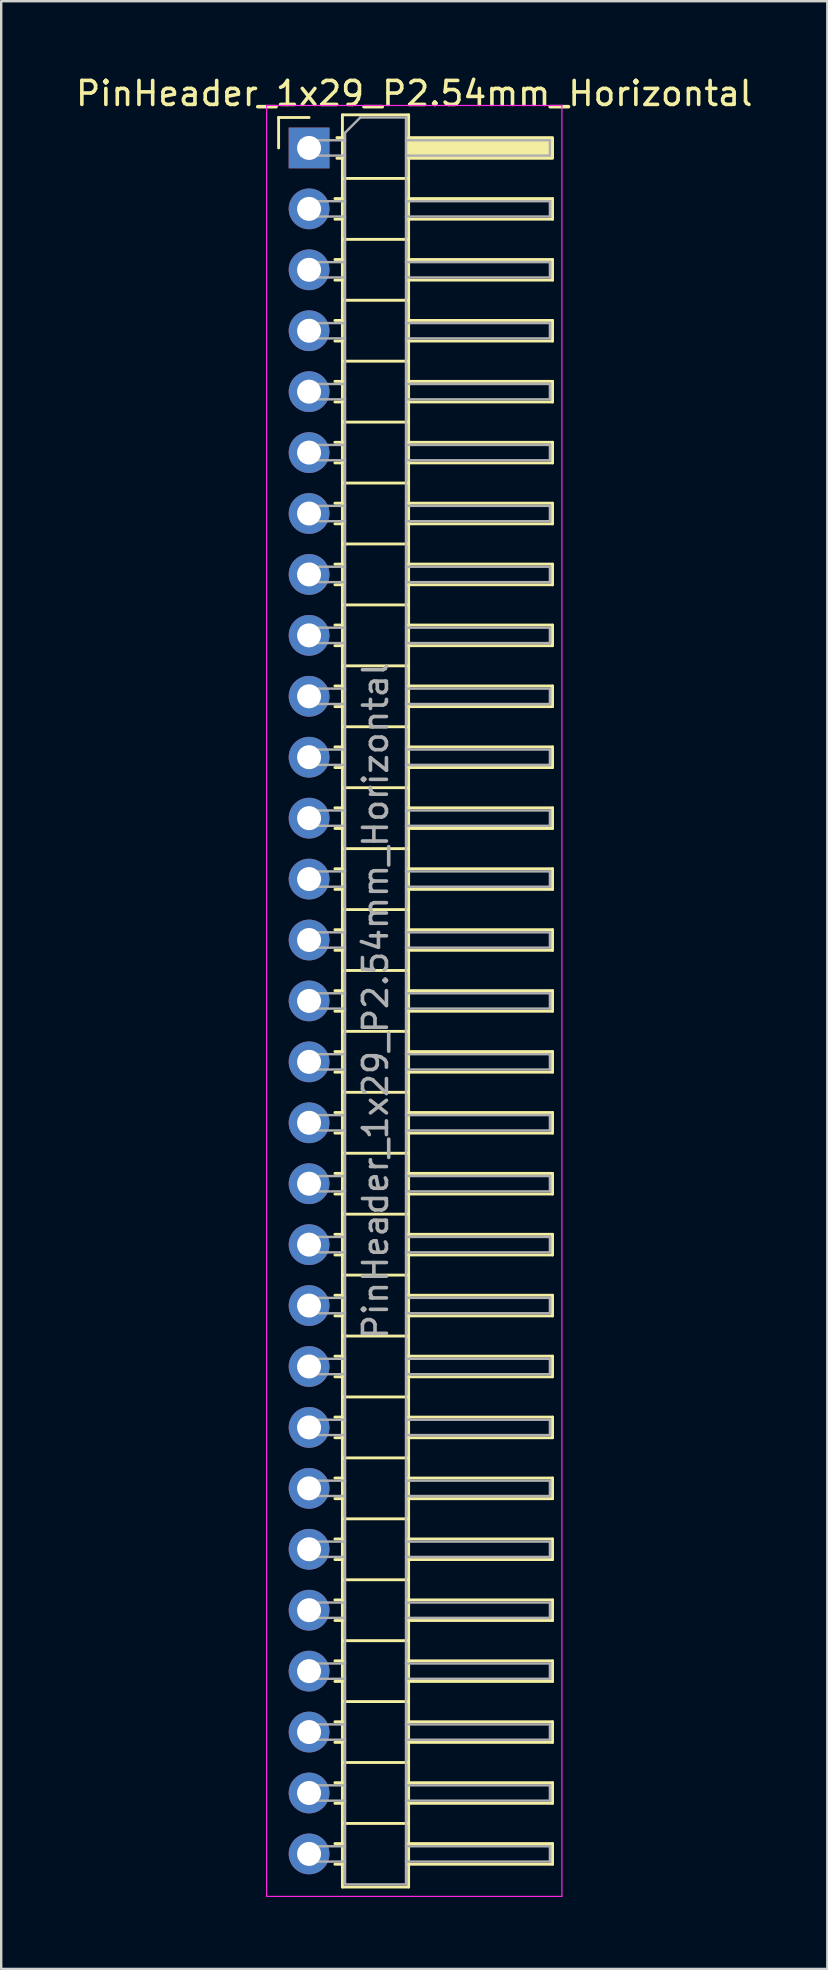
<source format=kicad_pcb>
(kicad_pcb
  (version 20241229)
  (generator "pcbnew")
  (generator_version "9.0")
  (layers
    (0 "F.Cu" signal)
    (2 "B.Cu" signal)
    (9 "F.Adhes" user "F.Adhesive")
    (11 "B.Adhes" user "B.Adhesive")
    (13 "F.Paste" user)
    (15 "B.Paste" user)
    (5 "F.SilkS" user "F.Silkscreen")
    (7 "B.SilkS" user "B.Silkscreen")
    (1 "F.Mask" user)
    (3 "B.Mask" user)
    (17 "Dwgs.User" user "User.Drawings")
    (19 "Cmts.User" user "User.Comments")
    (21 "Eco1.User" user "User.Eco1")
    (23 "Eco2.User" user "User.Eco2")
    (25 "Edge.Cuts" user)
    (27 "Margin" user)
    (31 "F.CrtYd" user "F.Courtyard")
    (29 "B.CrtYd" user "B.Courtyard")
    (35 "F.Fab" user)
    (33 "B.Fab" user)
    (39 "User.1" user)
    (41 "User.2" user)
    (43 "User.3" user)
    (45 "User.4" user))
  (footprint "PinHeader_1x29_P2.54mm_Horizontal"
    (layer "F.Cu")
    (at 9.835 3.118)
    (property "Reference" "PinHeader_1x29_P2.54mm_Horizontal" (at 4.385 -2.27 0) (layer "F.SilkS") (effects (font (size 1 1) (thickness 0.15))))
    (attr through_hole)
    (fp_line (start -1.27 -1.27) (end 0 -1.27) (stroke (width 0.12) (type solid)) (layer "F.SilkS"))
    (fp_line (start -1.27 0) (end -1.27 -1.27) (stroke (width 0.12) (type solid)) (layer "F.SilkS"))
    (fp_line (start 1.077 2.11) (end 1.39 2.11) (stroke (width 0.12) (type solid)) (layer "F.SilkS"))
    (fp_line (start 1.077 2.97) (end 1.39 2.97) (stroke (width 0.12) (type solid)) (layer "F.SilkS"))
    (fp_line (start 1.077 4.65) (end 1.39 4.65) (stroke (width 0.12) (type solid)) (layer "F.SilkS"))
    (fp_line (start 1.077 5.51) (end 1.39 5.51) (stroke (width 0.12) (type solid)) (layer "F.SilkS"))
    (fp_line (start 1.077 7.19) (end 1.39 7.19) (stroke (width 0.12) (type solid)) (layer "F.SilkS"))
    (fp_line (start 1.077 8.05) (end 1.39 8.05) (stroke (width 0.12) (type solid)) (layer "F.SilkS"))
    (fp_line (start 1.077 9.73) (end 1.39 9.73) (stroke (width 0.12) (type solid)) (layer "F.SilkS"))
    (fp_line (start 1.077 10.59) (end 1.39 10.59) (stroke (width 0.12) (type solid)) (layer "F.SilkS"))
    (fp_line (start 1.077 12.27) (end 1.39 12.27) (stroke (width 0.12) (type solid)) (layer "F.SilkS"))
    (fp_line (start 1.077 13.13) (end 1.39 13.13) (stroke (width 0.12) (type solid)) (layer "F.SilkS"))
    (fp_line (start 1.077 14.81) (end 1.39 14.81) (stroke (width 0.12) (type solid)) (layer "F.SilkS"))
    (fp_line (start 1.077 15.67) (end 1.39 15.67) (stroke (width 0.12) (type solid)) (layer "F.SilkS"))
    (fp_line (start 1.077 17.35) (end 1.39 17.35) (stroke (width 0.12) (type solid)) (layer "F.SilkS"))
    (fp_line (start 1.077 18.21) (end 1.39 18.21) (stroke (width 0.12) (type solid)) (layer "F.SilkS"))
    (fp_line (start 1.077 19.89) (end 1.39 19.89) (stroke (width 0.12) (type solid)) (layer "F.SilkS"))
    (fp_line (start 1.077 20.75) (end 1.39 20.75) (stroke (width 0.12) (type solid)) (layer "F.SilkS"))
    (fp_line (start 1.077 22.43) (end 1.39 22.43) (stroke (width 0.12) (type solid)) (layer "F.SilkS"))
    (fp_line (start 1.077 23.29) (end 1.39 23.29) (stroke (width 0.12) (type solid)) (layer "F.SilkS"))
    (fp_line (start 1.077 24.97) (end 1.39 24.97) (stroke (width 0.12) (type solid)) (layer "F.SilkS"))
    (fp_line (start 1.077 25.83) (end 1.39 25.83) (stroke (width 0.12) (type solid)) (layer "F.SilkS"))
    (fp_line (start 1.077 27.51) (end 1.39 27.51) (stroke (width 0.12) (type solid)) (layer "F.SilkS"))
    (fp_line (start 1.077 28.37) (end 1.39 28.37) (stroke (width 0.12) (type solid)) (layer "F.SilkS"))
    (fp_line (start 1.077 30.05) (end 1.39 30.05) (stroke (width 0.12) (type solid)) (layer "F.SilkS"))
    (fp_line (start 1.077 30.91) (end 1.39 30.91) (stroke (width 0.12) (type solid)) (layer "F.SilkS"))
    (fp_line (start 1.077 32.59) (end 1.39 32.59) (stroke (width 0.12) (type solid)) (layer "F.SilkS"))
    (fp_line (start 1.077 33.45) (end 1.39 33.45) (stroke (width 0.12) (type solid)) (layer "F.SilkS"))
    (fp_line (start 1.077 35.13) (end 1.39 35.13) (stroke (width 0.12) (type solid)) (layer "F.SilkS"))
    (fp_line (start 1.077 35.99) (end 1.39 35.99) (stroke (width 0.12) (type solid)) (layer "F.SilkS"))
    (fp_line (start 1.077 37.67) (end 1.39 37.67) (stroke (width 0.12) (type solid)) (layer "F.SilkS"))
    (fp_line (start 1.077 38.53) (end 1.39 38.53) (stroke (width 0.12) (type solid)) (layer "F.SilkS"))
    (fp_line (start 1.077 40.21) (end 1.39 40.21) (stroke (width 0.12) (type solid)) (layer "F.SilkS"))
    (fp_line (start 1.077 41.07) (end 1.39 41.07) (stroke (width 0.12) (type solid)) (layer "F.SilkS"))
    (fp_line (start 1.077 42.75) (end 1.39 42.75) (stroke (width 0.12) (type solid)) (layer "F.SilkS"))
    (fp_line (start 1.077 43.61) (end 1.39 43.61) (stroke (width 0.12) (type solid)) (layer "F.SilkS"))
    (fp_line (start 1.077 45.29) (end 1.39 45.29) (stroke (width 0.12) (type solid)) (layer "F.SilkS"))
    (fp_line (start 1.077 46.15) (end 1.39 46.15) (stroke (width 0.12) (type solid)) (layer "F.SilkS"))
    (fp_line (start 1.077 47.83) (end 1.39 47.83) (stroke (width 0.12) (type solid)) (layer "F.SilkS"))
    (fp_line (start 1.077 48.69) (end 1.39 48.69) (stroke (width 0.12) (type solid)) (layer "F.SilkS"))
    (fp_line (start 1.077 50.37) (end 1.39 50.37) (stroke (width 0.12) (type solid)) (layer "F.SilkS"))
    (fp_line (start 1.077 51.23) (end 1.39 51.23) (stroke (width 0.12) (type solid)) (layer "F.SilkS"))
    (fp_line (start 1.077 52.91) (end 1.39 52.91) (stroke (width 0.12) (type solid)) (layer "F.SilkS"))
    (fp_line (start 1.077 53.77) (end 1.39 53.77) (stroke (width 0.12) (type solid)) (layer "F.SilkS"))
    (fp_line (start 1.077 55.45) (end 1.39 55.45) (stroke (width 0.12) (type solid)) (layer "F.SilkS"))
    (fp_line (start 1.077 56.31) (end 1.39 56.31) (stroke (width 0.12) (type solid)) (layer "F.SilkS"))
    (fp_line (start 1.077 57.99) (end 1.39 57.99) (stroke (width 0.12) (type solid)) (layer "F.SilkS"))
    (fp_line (start 1.077 58.85) (end 1.39 58.85) (stroke (width 0.12) (type solid)) (layer "F.SilkS"))
    (fp_line (start 1.077 60.53) (end 1.39 60.53) (stroke (width 0.12) (type solid)) (layer "F.SilkS"))
    (fp_line (start 1.077 61.39) (end 1.39 61.39) (stroke (width 0.12) (type solid)) (layer "F.SilkS"))
    (fp_line (start 1.077 63.07) (end 1.39 63.07) (stroke (width 0.12) (type solid)) (layer "F.SilkS"))
    (fp_line (start 1.077 63.93) (end 1.39 63.93) (stroke (width 0.12) (type solid)) (layer "F.SilkS"))
    (fp_line (start 1.077 65.61) (end 1.39 65.61) (stroke (width 0.12) (type solid)) (layer "F.SilkS"))
    (fp_line (start 1.077 66.47) (end 1.39 66.47) (stroke (width 0.12) (type solid)) (layer "F.SilkS"))
    (fp_line (start 1.077 68.15) (end 1.39 68.15) (stroke (width 0.12) (type solid)) (layer "F.SilkS"))
    (fp_line (start 1.077 69.01) (end 1.39 69.01) (stroke (width 0.12) (type solid)) (layer "F.SilkS"))
    (fp_line (start 1.077 70.69) (end 1.39 70.69) (stroke (width 0.12) (type solid)) (layer "F.SilkS"))
    (fp_line (start 1.077 71.55) (end 1.39 71.55) (stroke (width 0.12) (type solid)) (layer "F.SilkS"))
    (fp_line (start 1.16 -0.43) (end 1.39 -0.43) (stroke (width 0.12) (type solid)) (layer "F.SilkS"))
    (fp_line (start 1.16 0.43) (end 1.39 0.43) (stroke (width 0.12) (type solid)) (layer "F.SilkS"))
    (fp_line (start 1.39 -1.38) (end 1.39 72.5) (stroke (width 0.12) (type solid)) (layer "F.SilkS"))
    (fp_line (start 1.39 1.27) (end 4.15 1.27) (stroke (width 0.12) (type solid)) (layer "F.SilkS"))
    (fp_line (start 1.39 3.81) (end 4.15 3.81) (stroke (width 0.12) (type solid)) (layer "F.SilkS"))
    (fp_line (start 1.39 6.35) (end 4.15 6.35) (stroke (width 0.12) (type solid)) (layer "F.SilkS"))
    (fp_line (start 1.39 8.89) (end 4.15 8.89) (stroke (width 0.12) (type solid)) (layer "F.SilkS"))
    (fp_line (start 1.39 11.43) (end 4.15 11.43) (stroke (width 0.12) (type solid)) (layer "F.SilkS"))
    (fp_line (start 1.39 13.97) (end 4.15 13.97) (stroke (width 0.12) (type solid)) (layer "F.SilkS"))
    (fp_line (start 1.39 16.51) (end 4.15 16.51) (stroke (width 0.12) (type solid)) (layer "F.SilkS"))
    (fp_line (start 1.39 19.05) (end 4.15 19.05) (stroke (width 0.12) (type solid)) (layer "F.SilkS"))
    (fp_line (start 1.39 21.59) (end 4.15 21.59) (stroke (width 0.12) (type solid)) (layer "F.SilkS"))
    (fp_line (start 1.39 24.13) (end 4.15 24.13) (stroke (width 0.12) (type solid)) (layer "F.SilkS"))
    (fp_line (start 1.39 26.67) (end 4.15 26.67) (stroke (width 0.12) (type solid)) (layer "F.SilkS"))
    (fp_line (start 1.39 29.21) (end 4.15 29.21) (stroke (width 0.12) (type solid)) (layer "F.SilkS"))
    (fp_line (start 1.39 31.75) (end 4.15 31.75) (stroke (width 0.12) (type solid)) (layer "F.SilkS"))
    (fp_line (start 1.39 34.29) (end 4.15 34.29) (stroke (width 0.12) (type solid)) (layer "F.SilkS"))
    (fp_line (start 1.39 36.83) (end 4.15 36.83) (stroke (width 0.12) (type solid)) (layer "F.SilkS"))
    (fp_line (start 1.39 39.37) (end 4.15 39.37) (stroke (width 0.12) (type solid)) (layer "F.SilkS"))
    (fp_line (start 1.39 41.91) (end 4.15 41.91) (stroke (width 0.12) (type solid)) (layer "F.SilkS"))
    (fp_line (start 1.39 44.45) (end 4.15 44.45) (stroke (width 0.12) (type solid)) (layer "F.SilkS"))
    (fp_line (start 1.39 46.99) (end 4.15 46.99) (stroke (width 0.12) (type solid)) (layer "F.SilkS"))
    (fp_line (start 1.39 49.53) (end 4.15 49.53) (stroke (width 0.12) (type solid)) (layer "F.SilkS"))
    (fp_line (start 1.39 52.07) (end 4.15 52.07) (stroke (width 0.12) (type solid)) (layer "F.SilkS"))
    (fp_line (start 1.39 54.61) (end 4.15 54.61) (stroke (width 0.12) (type solid)) (layer "F.SilkS"))
    (fp_line (start 1.39 57.15) (end 4.15 57.15) (stroke (width 0.12) (type solid)) (layer "F.SilkS"))
    (fp_line (start 1.39 59.69) (end 4.15 59.69) (stroke (width 0.12) (type solid)) (layer "F.SilkS"))
    (fp_line (start 1.39 62.23) (end 4.15 62.23) (stroke (width 0.12) (type solid)) (layer "F.SilkS"))
    (fp_line (start 1.39 64.77) (end 4.15 64.77) (stroke (width 0.12) (type solid)) (layer "F.SilkS"))
    (fp_line (start 1.39 67.31) (end 4.15 67.31) (stroke (width 0.12) (type solid)) (layer "F.SilkS"))
    (fp_line (start 1.39 69.85) (end 4.15 69.85) (stroke (width 0.12) (type solid)) (layer "F.SilkS"))
    (fp_line (start 1.39 72.5) (end 4.15 72.5) (stroke (width 0.12) (type solid)) (layer "F.SilkS"))
    (fp_line (start 4.15 -1.38) (end 1.39 -1.38) (stroke (width 0.12) (type solid)) (layer "F.SilkS"))
    (fp_line (start 4.15 2.11) (end 10.15 2.11) (stroke (width 0.12) (type solid)) (layer "F.SilkS"))
    (fp_line (start 4.15 4.65) (end 10.15 4.65) (stroke (width 0.12) (type solid)) (layer "F.SilkS"))
    (fp_line (start 4.15 7.19) (end 10.15 7.19) (stroke (width 0.12) (type solid)) (layer "F.SilkS"))
    (fp_line (start 4.15 9.73) (end 10.15 9.73) (stroke (width 0.12) (type solid)) (layer "F.SilkS"))
    (fp_line (start 4.15 12.27) (end 10.15 12.27) (stroke (width 0.12) (type solid)) (layer "F.SilkS"))
    (fp_line (start 4.15 14.81) (end 10.15 14.81) (stroke (width 0.12) (type solid)) (layer "F.SilkS"))
    (fp_line (start 4.15 17.35) (end 10.15 17.35) (stroke (width 0.12) (type solid)) (layer "F.SilkS"))
    (fp_line (start 4.15 19.89) (end 10.15 19.89) (stroke (width 0.12) (type solid)) (layer "F.SilkS"))
    (fp_line (start 4.15 22.43) (end 10.15 22.43) (stroke (width 0.12) (type solid)) (layer "F.SilkS"))
    (fp_line (start 4.15 24.97) (end 10.15 24.97) (stroke (width 0.12) (type solid)) (layer "F.SilkS"))
    (fp_line (start 4.15 27.51) (end 10.15 27.51) (stroke (width 0.12) (type solid)) (layer "F.SilkS"))
    (fp_line (start 4.15 30.05) (end 10.15 30.05) (stroke (width 0.12) (type solid)) (layer "F.SilkS"))
    (fp_line (start 4.15 32.59) (end 10.15 32.59) (stroke (width 0.12) (type solid)) (layer "F.SilkS"))
    (fp_line (start 4.15 35.13) (end 10.15 35.13) (stroke (width 0.12) (type solid)) (layer "F.SilkS"))
    (fp_line (start 4.15 37.67) (end 10.15 37.67) (stroke (width 0.12) (type solid)) (layer "F.SilkS"))
    (fp_line (start 4.15 40.21) (end 10.15 40.21) (stroke (width 0.12) (type solid)) (layer "F.SilkS"))
    (fp_line (start 4.15 42.75) (end 10.15 42.75) (stroke (width 0.12) (type solid)) (layer "F.SilkS"))
    (fp_line (start 4.15 45.29) (end 10.15 45.29) (stroke (width 0.12) (type solid)) (layer "F.SilkS"))
    (fp_line (start 4.15 47.83) (end 10.15 47.83) (stroke (width 0.12) (type solid)) (layer "F.SilkS"))
    (fp_line (start 4.15 50.37) (end 10.15 50.37) (stroke (width 0.12) (type solid)) (layer "F.SilkS"))
    (fp_line (start 4.15 52.91) (end 10.15 52.91) (stroke (width 0.12) (type solid)) (layer "F.SilkS"))
    (fp_line (start 4.15 55.45) (end 10.15 55.45) (stroke (width 0.12) (type solid)) (layer "F.SilkS"))
    (fp_line (start 4.15 57.99) (end 10.15 57.99) (stroke (width 0.12) (type solid)) (layer "F.SilkS"))
    (fp_line (start 4.15 60.53) (end 10.15 60.53) (stroke (width 0.12) (type solid)) (layer "F.SilkS"))
    (fp_line (start 4.15 63.07) (end 10.15 63.07) (stroke (width 0.12) (type solid)) (layer "F.SilkS"))
    (fp_line (start 4.15 65.61) (end 10.15 65.61) (stroke (width 0.12) (type solid)) (layer "F.SilkS"))
    (fp_line (start 4.15 68.15) (end 10.15 68.15) (stroke (width 0.12) (type solid)) (layer "F.SilkS"))
    (fp_line (start 4.15 70.69) (end 10.15 70.69) (stroke (width 0.12) (type solid)) (layer "F.SilkS"))
    (fp_line (start 4.15 72.5) (end 4.15 -1.38) (stroke (width 0.12) (type solid)) (layer "F.SilkS"))
    (fp_line (start 10.15 2.11) (end 10.15 2.97) (stroke (width 0.12) (type solid)) (layer "F.SilkS"))
    (fp_line (start 10.15 2.97) (end 4.15 2.97) (stroke (width 0.12) (type solid)) (layer "F.SilkS"))
    (fp_line (start 10.15 4.65) (end 10.15 5.51) (stroke (width 0.12) (type solid)) (layer "F.SilkS"))
    (fp_line (start 10.15 5.51) (end 4.15 5.51) (stroke (width 0.12) (type solid)) (layer "F.SilkS"))
    (fp_line (start 10.15 7.19) (end 10.15 8.05) (stroke (width 0.12) (type solid)) (layer "F.SilkS"))
    (fp_line (start 10.15 8.05) (end 4.15 8.05) (stroke (width 0.12) (type solid)) (layer "F.SilkS"))
    (fp_line (start 10.15 9.73) (end 10.15 10.59) (stroke (width 0.12) (type solid)) (layer "F.SilkS"))
    (fp_line (start 10.15 10.59) (end 4.15 10.59) (stroke (width 0.12) (type solid)) (layer "F.SilkS"))
    (fp_line (start 10.15 12.27) (end 10.15 13.13) (stroke (width 0.12) (type solid)) (layer "F.SilkS"))
    (fp_line (start 10.15 13.13) (end 4.15 13.13) (stroke (width 0.12) (type solid)) (layer "F.SilkS"))
    (fp_line (start 10.15 14.81) (end 10.15 15.67) (stroke (width 0.12) (type solid)) (layer "F.SilkS"))
    (fp_line (start 10.15 15.67) (end 4.15 15.67) (stroke (width 0.12) (type solid)) (layer "F.SilkS"))
    (fp_line (start 10.15 17.35) (end 10.15 18.21) (stroke (width 0.12) (type solid)) (layer "F.SilkS"))
    (fp_line (start 10.15 18.21) (end 4.15 18.21) (stroke (width 0.12) (type solid)) (layer "F.SilkS"))
    (fp_line (start 10.15 19.89) (end 10.15 20.75) (stroke (width 0.12) (type solid)) (layer "F.SilkS"))
    (fp_line (start 10.15 20.75) (end 4.15 20.75) (stroke (width 0.12) (type solid)) (layer "F.SilkS"))
    (fp_line (start 10.15 22.43) (end 10.15 23.29) (stroke (width 0.12) (type solid)) (layer "F.SilkS"))
    (fp_line (start 10.15 23.29) (end 4.15 23.29) (stroke (width 0.12) (type solid)) (layer "F.SilkS"))
    (fp_line (start 10.15 24.97) (end 10.15 25.83) (stroke (width 0.12) (type solid)) (layer "F.SilkS"))
    (fp_line (start 10.15 25.83) (end 4.15 25.83) (stroke (width 0.12) (type solid)) (layer "F.SilkS"))
    (fp_line (start 10.15 27.51) (end 10.15 28.37) (stroke (width 0.12) (type solid)) (layer "F.SilkS"))
    (fp_line (start 10.15 28.37) (end 4.15 28.37) (stroke (width 0.12) (type solid)) (layer "F.SilkS"))
    (fp_line (start 10.15 30.05) (end 10.15 30.91) (stroke (width 0.12) (type solid)) (layer "F.SilkS"))
    (fp_line (start 10.15 30.91) (end 4.15 30.91) (stroke (width 0.12) (type solid)) (layer "F.SilkS"))
    (fp_line (start 10.15 32.59) (end 10.15 33.45) (stroke (width 0.12) (type solid)) (layer "F.SilkS"))
    (fp_line (start 10.15 33.45) (end 4.15 33.45) (stroke (width 0.12) (type solid)) (layer "F.SilkS"))
    (fp_line (start 10.15 35.13) (end 10.15 35.99) (stroke (width 0.12) (type solid)) (layer "F.SilkS"))
    (fp_line (start 10.15 35.99) (end 4.15 35.99) (stroke (width 0.12) (type solid)) (layer "F.SilkS"))
    (fp_line (start 10.15 37.67) (end 10.15 38.53) (stroke (width 0.12) (type solid)) (layer "F.SilkS"))
    (fp_line (start 10.15 38.53) (end 4.15 38.53) (stroke (width 0.12) (type solid)) (layer "F.SilkS"))
    (fp_line (start 10.15 40.21) (end 10.15 41.07) (stroke (width 0.12) (type solid)) (layer "F.SilkS"))
    (fp_line (start 10.15 41.07) (end 4.15 41.07) (stroke (width 0.12) (type solid)) (layer "F.SilkS"))
    (fp_line (start 10.15 42.75) (end 10.15 43.61) (stroke (width 0.12) (type solid)) (layer "F.SilkS"))
    (fp_line (start 10.15 43.61) (end 4.15 43.61) (stroke (width 0.12) (type solid)) (layer "F.SilkS"))
    (fp_line (start 10.15 45.29) (end 10.15 46.15) (stroke (width 0.12) (type solid)) (layer "F.SilkS"))
    (fp_line (start 10.15 46.15) (end 4.15 46.15) (stroke (width 0.12) (type solid)) (layer "F.SilkS"))
    (fp_line (start 10.15 47.83) (end 10.15 48.69) (stroke (width 0.12) (type solid)) (layer "F.SilkS"))
    (fp_line (start 10.15 48.69) (end 4.15 48.69) (stroke (width 0.12) (type solid)) (layer "F.SilkS"))
    (fp_line (start 10.15 50.37) (end 10.15 51.23) (stroke (width 0.12) (type solid)) (layer "F.SilkS"))
    (fp_line (start 10.15 51.23) (end 4.15 51.23) (stroke (width 0.12) (type solid)) (layer "F.SilkS"))
    (fp_line (start 10.15 52.91) (end 10.15 53.77) (stroke (width 0.12) (type solid)) (layer "F.SilkS"))
    (fp_line (start 10.15 53.77) (end 4.15 53.77) (stroke (width 0.12) (type solid)) (layer "F.SilkS"))
    (fp_line (start 10.15 55.45) (end 10.15 56.31) (stroke (width 0.12) (type solid)) (layer "F.SilkS"))
    (fp_line (start 10.15 56.31) (end 4.15 56.31) (stroke (width 0.12) (type solid)) (layer "F.SilkS"))
    (fp_line (start 10.15 57.99) (end 10.15 58.85) (stroke (width 0.12) (type solid)) (layer "F.SilkS"))
    (fp_line (start 10.15 58.85) (end 4.15 58.85) (stroke (width 0.12) (type solid)) (layer "F.SilkS"))
    (fp_line (start 10.15 60.53) (end 10.15 61.39) (stroke (width 0.12) (type solid)) (layer "F.SilkS"))
    (fp_line (start 10.15 61.39) (end 4.15 61.39) (stroke (width 0.12) (type solid)) (layer "F.SilkS"))
    (fp_line (start 10.15 63.07) (end 10.15 63.93) (stroke (width 0.12) (type solid)) (layer "F.SilkS"))
    (fp_line (start 10.15 63.93) (end 4.15 63.93) (stroke (width 0.12) (type solid)) (layer "F.SilkS"))
    (fp_line (start 10.15 65.61) (end 10.15 66.47) (stroke (width 0.12) (type solid)) (layer "F.SilkS"))
    (fp_line (start 10.15 66.47) (end 4.15 66.47) (stroke (width 0.12) (type solid)) (layer "F.SilkS"))
    (fp_line (start 10.15 68.15) (end 10.15 69.01) (stroke (width 0.12) (type solid)) (layer "F.SilkS"))
    (fp_line (start 10.15 69.01) (end 4.15 69.01) (stroke (width 0.12) (type solid)) (layer "F.SilkS"))
    (fp_line (start 10.15 70.69) (end 10.15 71.55) (stroke (width 0.12) (type solid)) (layer "F.SilkS"))
    (fp_line (start 10.15 71.55) (end 4.15 71.55) (stroke (width 0.12) (type solid)) (layer "F.SilkS"))
    (fp_rect (start 4.15 -0.43) (end 10.15 0.43) (stroke (width 0.12) (type solid)) (fill yes) (layer "F.SilkS"))
    (fp_line (start -1.77 -1.77) (end -1.77 72.89) (stroke (width 0.05) (type solid)) (layer "F.CrtYd"))
    (fp_line (start -1.77 72.89) (end 10.54 72.89) (stroke (width 0.05) (type solid)) (layer "F.CrtYd"))
    (fp_line (start 10.54 -1.77) (end -1.77 -1.77) (stroke (width 0.05) (type solid)) (layer "F.CrtYd"))
    (fp_line (start 10.54 72.89) (end 10.54 -1.77) (stroke (width 0.05) (type solid)) (layer "F.CrtYd"))
    (fp_line (start -0.32 -0.32) (end -0.32 0.32) (stroke (width 0.1) (type solid)) (layer "F.Fab"))
    (fp_line (start -0.32 -0.32) (end 1.5 -0.32) (stroke (width 0.1) (type solid)) (layer "F.Fab"))
    (fp_line (start -0.32 0.32) (end 1.5 0.32) (stroke (width 0.1) (type solid)) (layer "F.Fab"))
    (fp_line (start -0.32 2.22) (end -0.32 2.86) (stroke (width 0.1) (type solid)) (layer "F.Fab"))
    (fp_line (start -0.32 2.22) (end 1.5 2.22) (stroke (width 0.1) (type solid)) (layer "F.Fab"))
    (fp_line (start -0.32 2.86) (end 1.5 2.86) (stroke (width 0.1) (type solid)) (layer "F.Fab"))
    (fp_line (start -0.32 4.76) (end -0.32 5.4) (stroke (width 0.1) (type solid)) (layer "F.Fab"))
    (fp_line (start -0.32 4.76) (end 1.5 4.76) (stroke (width 0.1) (type solid)) (layer "F.Fab"))
    (fp_line (start -0.32 5.4) (end 1.5 5.4) (stroke (width 0.1) (type solid)) (layer "F.Fab"))
    (fp_line (start -0.32 7.3) (end -0.32 7.94) (stroke (width 0.1) (type solid)) (layer "F.Fab"))
    (fp_line (start -0.32 7.3) (end 1.5 7.3) (stroke (width 0.1) (type solid)) (layer "F.Fab"))
    (fp_line (start -0.32 7.94) (end 1.5 7.94) (stroke (width 0.1) (type solid)) (layer "F.Fab"))
    (fp_line (start -0.32 9.84) (end -0.32 10.48) (stroke (width 0.1) (type solid)) (layer "F.Fab"))
    (fp_line (start -0.32 9.84) (end 1.5 9.84) (stroke (width 0.1) (type solid)) (layer "F.Fab"))
    (fp_line (start -0.32 10.48) (end 1.5 10.48) (stroke (width 0.1) (type solid)) (layer "F.Fab"))
    (fp_line (start -0.32 12.38) (end -0.32 13.02) (stroke (width 0.1) (type solid)) (layer "F.Fab"))
    (fp_line (start -0.32 12.38) (end 1.5 12.38) (stroke (width 0.1) (type solid)) (layer "F.Fab"))
    (fp_line (start -0.32 13.02) (end 1.5 13.02) (stroke (width 0.1) (type solid)) (layer "F.Fab"))
    (fp_line (start -0.32 14.92) (end -0.32 15.56) (stroke (width 0.1) (type solid)) (layer "F.Fab"))
    (fp_line (start -0.32 14.92) (end 1.5 14.92) (stroke (width 0.1) (type solid)) (layer "F.Fab"))
    (fp_line (start -0.32 15.56) (end 1.5 15.56) (stroke (width 0.1) (type solid)) (layer "F.Fab"))
    (fp_line (start -0.32 17.46) (end -0.32 18.1) (stroke (width 0.1) (type solid)) (layer "F.Fab"))
    (fp_line (start -0.32 17.46) (end 1.5 17.46) (stroke (width 0.1) (type solid)) (layer "F.Fab"))
    (fp_line (start -0.32 18.1) (end 1.5 18.1) (stroke (width 0.1) (type solid)) (layer "F.Fab"))
    (fp_line (start -0.32 20) (end -0.32 20.64) (stroke (width 0.1) (type solid)) (layer "F.Fab"))
    (fp_line (start -0.32 20) (end 1.5 20) (stroke (width 0.1) (type solid)) (layer "F.Fab"))
    (fp_line (start -0.32 20.64) (end 1.5 20.64) (stroke (width 0.1) (type solid)) (layer "F.Fab"))
    (fp_line (start -0.32 22.54) (end -0.32 23.18) (stroke (width 0.1) (type solid)) (layer "F.Fab"))
    (fp_line (start -0.32 22.54) (end 1.5 22.54) (stroke (width 0.1) (type solid)) (layer "F.Fab"))
    (fp_line (start -0.32 23.18) (end 1.5 23.18) (stroke (width 0.1) (type solid)) (layer "F.Fab"))
    (fp_line (start -0.32 25.08) (end -0.32 25.72) (stroke (width 0.1) (type solid)) (layer "F.Fab"))
    (fp_line (start -0.32 25.08) (end 1.5 25.08) (stroke (width 0.1) (type solid)) (layer "F.Fab"))
    (fp_line (start -0.32 25.72) (end 1.5 25.72) (stroke (width 0.1) (type solid)) (layer "F.Fab"))
    (fp_line (start -0.32 27.62) (end -0.32 28.26) (stroke (width 0.1) (type solid)) (layer "F.Fab"))
    (fp_line (start -0.32 27.62) (end 1.5 27.62) (stroke (width 0.1) (type solid)) (layer "F.Fab"))
    (fp_line (start -0.32 28.26) (end 1.5 28.26) (stroke (width 0.1) (type solid)) (layer "F.Fab"))
    (fp_line (start -0.32 30.16) (end -0.32 30.8) (stroke (width 0.1) (type solid)) (layer "F.Fab"))
    (fp_line (start -0.32 30.16) (end 1.5 30.16) (stroke (width 0.1) (type solid)) (layer "F.Fab"))
    (fp_line (start -0.32 30.8) (end 1.5 30.8) (stroke (width 0.1) (type solid)) (layer "F.Fab"))
    (fp_line (start -0.32 32.7) (end -0.32 33.34) (stroke (width 0.1) (type solid)) (layer "F.Fab"))
    (fp_line (start -0.32 32.7) (end 1.5 32.7) (stroke (width 0.1) (type solid)) (layer "F.Fab"))
    (fp_line (start -0.32 33.34) (end 1.5 33.34) (stroke (width 0.1) (type solid)) (layer "F.Fab"))
    (fp_line (start -0.32 35.24) (end -0.32 35.88) (stroke (width 0.1) (type solid)) (layer "F.Fab"))
    (fp_line (start -0.32 35.24) (end 1.5 35.24) (stroke (width 0.1) (type solid)) (layer "F.Fab"))
    (fp_line (start -0.32 35.88) (end 1.5 35.88) (stroke (width 0.1) (type solid)) (layer "F.Fab"))
    (fp_line (start -0.32 37.78) (end -0.32 38.42) (stroke (width 0.1) (type solid)) (layer "F.Fab"))
    (fp_line (start -0.32 37.78) (end 1.5 37.78) (stroke (width 0.1) (type solid)) (layer "F.Fab"))
    (fp_line (start -0.32 38.42) (end 1.5 38.42) (stroke (width 0.1) (type solid)) (layer "F.Fab"))
    (fp_line (start -0.32 40.32) (end -0.32 40.96) (stroke (width 0.1) (type solid)) (layer "F.Fab"))
    (fp_line (start -0.32 40.32) (end 1.5 40.32) (stroke (width 0.1) (type solid)) (layer "F.Fab"))
    (fp_line (start -0.32 40.96) (end 1.5 40.96) (stroke (width 0.1) (type solid)) (layer "F.Fab"))
    (fp_line (start -0.32 42.86) (end -0.32 43.5) (stroke (width 0.1) (type solid)) (layer "F.Fab"))
    (fp_line (start -0.32 42.86) (end 1.5 42.86) (stroke (width 0.1) (type solid)) (layer "F.Fab"))
    (fp_line (start -0.32 43.5) (end 1.5 43.5) (stroke (width 0.1) (type solid)) (layer "F.Fab"))
    (fp_line (start -0.32 45.4) (end -0.32 46.04) (stroke (width 0.1) (type solid)) (layer "F.Fab"))
    (fp_line (start -0.32 45.4) (end 1.5 45.4) (stroke (width 0.1) (type solid)) (layer "F.Fab"))
    (fp_line (start -0.32 46.04) (end 1.5 46.04) (stroke (width 0.1) (type solid)) (layer "F.Fab"))
    (fp_line (start -0.32 47.94) (end -0.32 48.58) (stroke (width 0.1) (type solid)) (layer "F.Fab"))
    (fp_line (start -0.32 47.94) (end 1.5 47.94) (stroke (width 0.1) (type solid)) (layer "F.Fab"))
    (fp_line (start -0.32 48.58) (end 1.5 48.58) (stroke (width 0.1) (type solid)) (layer "F.Fab"))
    (fp_line (start -0.32 50.48) (end -0.32 51.12) (stroke (width 0.1) (type solid)) (layer "F.Fab"))
    (fp_line (start -0.32 50.48) (end 1.5 50.48) (stroke (width 0.1) (type solid)) (layer "F.Fab"))
    (fp_line (start -0.32 51.12) (end 1.5 51.12) (stroke (width 0.1) (type solid)) (layer "F.Fab"))
    (fp_line (start -0.32 53.02) (end -0.32 53.66) (stroke (width 0.1) (type solid)) (layer "F.Fab"))
    (fp_line (start -0.32 53.02) (end 1.5 53.02) (stroke (width 0.1) (type solid)) (layer "F.Fab"))
    (fp_line (start -0.32 53.66) (end 1.5 53.66) (stroke (width 0.1) (type solid)) (layer "F.Fab"))
    (fp_line (start -0.32 55.56) (end -0.32 56.2) (stroke (width 0.1) (type solid)) (layer "F.Fab"))
    (fp_line (start -0.32 55.56) (end 1.5 55.56) (stroke (width 0.1) (type solid)) (layer "F.Fab"))
    (fp_line (start -0.32 56.2) (end 1.5 56.2) (stroke (width 0.1) (type solid)) (layer "F.Fab"))
    (fp_line (start -0.32 58.1) (end -0.32 58.74) (stroke (width 0.1) (type solid)) (layer "F.Fab"))
    (fp_line (start -0.32 58.1) (end 1.5 58.1) (stroke (width 0.1) (type solid)) (layer "F.Fab"))
    (fp_line (start -0.32 58.74) (end 1.5 58.74) (stroke (width 0.1) (type solid)) (layer "F.Fab"))
    (fp_line (start -0.32 60.64) (end -0.32 61.28) (stroke (width 0.1) (type solid)) (layer "F.Fab"))
    (fp_line (start -0.32 60.64) (end 1.5 60.64) (stroke (width 0.1) (type solid)) (layer "F.Fab"))
    (fp_line (start -0.32 61.28) (end 1.5 61.28) (stroke (width 0.1) (type solid)) (layer "F.Fab"))
    (fp_line (start -0.32 63.18) (end -0.32 63.82) (stroke (width 0.1) (type solid)) (layer "F.Fab"))
    (fp_line (start -0.32 63.18) (end 1.5 63.18) (stroke (width 0.1) (type solid)) (layer "F.Fab"))
    (fp_line (start -0.32 63.82) (end 1.5 63.82) (stroke (width 0.1) (type solid)) (layer "F.Fab"))
    (fp_line (start -0.32 65.72) (end -0.32 66.36) (stroke (width 0.1) (type solid)) (layer "F.Fab"))
    (fp_line (start -0.32 65.72) (end 1.5 65.72) (stroke (width 0.1) (type solid)) (layer "F.Fab"))
    (fp_line (start -0.32 66.36) (end 1.5 66.36) (stroke (width 0.1) (type solid)) (layer "F.Fab"))
    (fp_line (start -0.32 68.26) (end -0.32 68.9) (stroke (width 0.1) (type solid)) (layer "F.Fab"))
    (fp_line (start -0.32 68.26) (end 1.5 68.26) (stroke (width 0.1) (type solid)) (layer "F.Fab"))
    (fp_line (start -0.32 68.9) (end 1.5 68.9) (stroke (width 0.1) (type solid)) (layer "F.Fab"))
    (fp_line (start -0.32 70.8) (end -0.32 71.44) (stroke (width 0.1) (type solid)) (layer "F.Fab"))
    (fp_line (start -0.32 70.8) (end 1.5 70.8) (stroke (width 0.1) (type solid)) (layer "F.Fab"))
    (fp_line (start -0.32 71.44) (end 1.5 71.44) (stroke (width 0.1) (type solid)) (layer "F.Fab"))
    (fp_line (start 1.5 -0.635) (end 2.135 -1.27) (stroke (width 0.1) (type solid)) (layer "F.Fab"))
    (fp_line (start 1.5 72.39) (end 1.5 -0.635) (stroke (width 0.1) (type solid)) (layer "F.Fab"))
    (fp_line (start 2.135 -1.27) (end 4.04 -1.27) (stroke (width 0.1) (type solid)) (layer "F.Fab"))
    (fp_line (start 4.04 -1.27) (end 4.04 72.39) (stroke (width 0.1) (type solid)) (layer "F.Fab"))
    (fp_line (start 4.04 -0.32) (end 10.04 -0.32) (stroke (width 0.1) (type solid)) (layer "F.Fab"))
    (fp_line (start 4.04 0.32) (end 10.04 0.32) (stroke (width 0.1) (type solid)) (layer "F.Fab"))
    (fp_line (start 4.04 2.22) (end 10.04 2.22) (stroke (width 0.1) (type solid)) (layer "F.Fab"))
    (fp_line (start 4.04 2.86) (end 10.04 2.86) (stroke (width 0.1) (type solid)) (layer "F.Fab"))
    (fp_line (start 4.04 4.76) (end 10.04 4.76) (stroke (width 0.1) (type solid)) (layer "F.Fab"))
    (fp_line (start 4.04 5.4) (end 10.04 5.4) (stroke (width 0.1) (type solid)) (layer "F.Fab"))
    (fp_line (start 4.04 7.3) (end 10.04 7.3) (stroke (width 0.1) (type solid)) (layer "F.Fab"))
    (fp_line (start 4.04 7.94) (end 10.04 7.94) (stroke (width 0.1) (type solid)) (layer "F.Fab"))
    (fp_line (start 4.04 9.84) (end 10.04 9.84) (stroke (width 0.1) (type solid)) (layer "F.Fab"))
    (fp_line (start 4.04 10.48) (end 10.04 10.48) (stroke (width 0.1) (type solid)) (layer "F.Fab"))
    (fp_line (start 4.04 12.38) (end 10.04 12.38) (stroke (width 0.1) (type solid)) (layer "F.Fab"))
    (fp_line (start 4.04 13.02) (end 10.04 13.02) (stroke (width 0.1) (type solid)) (layer "F.Fab"))
    (fp_line (start 4.04 14.92) (end 10.04 14.92) (stroke (width 0.1) (type solid)) (layer "F.Fab"))
    (fp_line (start 4.04 15.56) (end 10.04 15.56) (stroke (width 0.1) (type solid)) (layer "F.Fab"))
    (fp_line (start 4.04 17.46) (end 10.04 17.46) (stroke (width 0.1) (type solid)) (layer "F.Fab"))
    (fp_line (start 4.04 18.1) (end 10.04 18.1) (stroke (width 0.1) (type solid)) (layer "F.Fab"))
    (fp_line (start 4.04 20) (end 10.04 20) (stroke (width 0.1) (type solid)) (layer "F.Fab"))
    (fp_line (start 4.04 20.64) (end 10.04 20.64) (stroke (width 0.1) (type solid)) (layer "F.Fab"))
    (fp_line (start 4.04 22.54) (end 10.04 22.54) (stroke (width 0.1) (type solid)) (layer "F.Fab"))
    (fp_line (start 4.04 23.18) (end 10.04 23.18) (stroke (width 0.1) (type solid)) (layer "F.Fab"))
    (fp_line (start 4.04 25.08) (end 10.04 25.08) (stroke (width 0.1) (type solid)) (layer "F.Fab"))
    (fp_line (start 4.04 25.72) (end 10.04 25.72) (stroke (width 0.1) (type solid)) (layer "F.Fab"))
    (fp_line (start 4.04 27.62) (end 10.04 27.62) (stroke (width 0.1) (type solid)) (layer "F.Fab"))
    (fp_line (start 4.04 28.26) (end 10.04 28.26) (stroke (width 0.1) (type solid)) (layer "F.Fab"))
    (fp_line (start 4.04 30.16) (end 10.04 30.16) (stroke (width 0.1) (type solid)) (layer "F.Fab"))
    (fp_line (start 4.04 30.8) (end 10.04 30.8) (stroke (width 0.1) (type solid)) (layer "F.Fab"))
    (fp_line (start 4.04 32.7) (end 10.04 32.7) (stroke (width 0.1) (type solid)) (layer "F.Fab"))
    (fp_line (start 4.04 33.34) (end 10.04 33.34) (stroke (width 0.1) (type solid)) (layer "F.Fab"))
    (fp_line (start 4.04 35.24) (end 10.04 35.24) (stroke (width 0.1) (type solid)) (layer "F.Fab"))
    (fp_line (start 4.04 35.88) (end 10.04 35.88) (stroke (width 0.1) (type solid)) (layer "F.Fab"))
    (fp_line (start 4.04 37.78) (end 10.04 37.78) (stroke (width 0.1) (type solid)) (layer "F.Fab"))
    (fp_line (start 4.04 38.42) (end 10.04 38.42) (stroke (width 0.1) (type solid)) (layer "F.Fab"))
    (fp_line (start 4.04 40.32) (end 10.04 40.32) (stroke (width 0.1) (type solid)) (layer "F.Fab"))
    (fp_line (start 4.04 40.96) (end 10.04 40.96) (stroke (width 0.1) (type solid)) (layer "F.Fab"))
    (fp_line (start 4.04 42.86) (end 10.04 42.86) (stroke (width 0.1) (type solid)) (layer "F.Fab"))
    (fp_line (start 4.04 43.5) (end 10.04 43.5) (stroke (width 0.1) (type solid)) (layer "F.Fab"))
    (fp_line (start 4.04 45.4) (end 10.04 45.4) (stroke (width 0.1) (type solid)) (layer "F.Fab"))
    (fp_line (start 4.04 46.04) (end 10.04 46.04) (stroke (width 0.1) (type solid)) (layer "F.Fab"))
    (fp_line (start 4.04 47.94) (end 10.04 47.94) (stroke (width 0.1) (type solid)) (layer "F.Fab"))
    (fp_line (start 4.04 48.58) (end 10.04 48.58) (stroke (width 0.1) (type solid)) (layer "F.Fab"))
    (fp_line (start 4.04 50.48) (end 10.04 50.48) (stroke (width 0.1) (type solid)) (layer "F.Fab"))
    (fp_line (start 4.04 51.12) (end 10.04 51.12) (stroke (width 0.1) (type solid)) (layer "F.Fab"))
    (fp_line (start 4.04 53.02) (end 10.04 53.02) (stroke (width 0.1) (type solid)) (layer "F.Fab"))
    (fp_line (start 4.04 53.66) (end 10.04 53.66) (stroke (width 0.1) (type solid)) (layer "F.Fab"))
    (fp_line (start 4.04 55.56) (end 10.04 55.56) (stroke (width 0.1) (type solid)) (layer "F.Fab"))
    (fp_line (start 4.04 56.2) (end 10.04 56.2) (stroke (width 0.1) (type solid)) (layer "F.Fab"))
    (fp_line (start 4.04 58.1) (end 10.04 58.1) (stroke (width 0.1) (type solid)) (layer "F.Fab"))
    (fp_line (start 4.04 58.74) (end 10.04 58.74) (stroke (width 0.1) (type solid)) (layer "F.Fab"))
    (fp_line (start 4.04 60.64) (end 10.04 60.64) (stroke (width 0.1) (type solid)) (layer "F.Fab"))
    (fp_line (start 4.04 61.28) (end 10.04 61.28) (stroke (width 0.1) (type solid)) (layer "F.Fab"))
    (fp_line (start 4.04 63.18) (end 10.04 63.18) (stroke (width 0.1) (type solid)) (layer "F.Fab"))
    (fp_line (start 4.04 63.82) (end 10.04 63.82) (stroke (width 0.1) (type solid)) (layer "F.Fab"))
    (fp_line (start 4.04 65.72) (end 10.04 65.72) (stroke (width 0.1) (type solid)) (layer "F.Fab"))
    (fp_line (start 4.04 66.36) (end 10.04 66.36) (stroke (width 0.1) (type solid)) (layer "F.Fab"))
    (fp_line (start 4.04 68.26) (end 10.04 68.26) (stroke (width 0.1) (type solid)) (layer "F.Fab"))
    (fp_line (start 4.04 68.9) (end 10.04 68.9) (stroke (width 0.1) (type solid)) (layer "F.Fab"))
    (fp_line (start 4.04 70.8) (end 10.04 70.8) (stroke (width 0.1) (type solid)) (layer "F.Fab"))
    (fp_line (start 4.04 71.44) (end 10.04 71.44) (stroke (width 0.1) (type solid)) (layer "F.Fab"))
    (fp_line (start 4.04 72.39) (end 1.5 72.39) (stroke (width 0.1) (type solid)) (layer "F.Fab"))
    (fp_line (start 10.04 -0.32) (end 10.04 0.32) (stroke (width 0.1) (type solid)) (layer "F.Fab"))
    (fp_line (start 10.04 2.22) (end 10.04 2.86) (stroke (width 0.1) (type solid)) (layer "F.Fab"))
    (fp_line (start 10.04 4.76) (end 10.04 5.4) (stroke (width 0.1) (type solid)) (layer "F.Fab"))
    (fp_line (start 10.04 7.3) (end 10.04 7.94) (stroke (width 0.1) (type solid)) (layer "F.Fab"))
    (fp_line (start 10.04 9.84) (end 10.04 10.48) (stroke (width 0.1) (type solid)) (layer "F.Fab"))
    (fp_line (start 10.04 12.38) (end 10.04 13.02) (stroke (width 0.1) (type solid)) (layer "F.Fab"))
    (fp_line (start 10.04 14.92) (end 10.04 15.56) (stroke (width 0.1) (type solid)) (layer "F.Fab"))
    (fp_line (start 10.04 17.46) (end 10.04 18.1) (stroke (width 0.1) (type solid)) (layer "F.Fab"))
    (fp_line (start 10.04 20) (end 10.04 20.64) (stroke (width 0.1) (type solid)) (layer "F.Fab"))
    (fp_line (start 10.04 22.54) (end 10.04 23.18) (stroke (width 0.1) (type solid)) (layer "F.Fab"))
    (fp_line (start 10.04 25.08) (end 10.04 25.72) (stroke (width 0.1) (type solid)) (layer "F.Fab"))
    (fp_line (start 10.04 27.62) (end 10.04 28.26) (stroke (width 0.1) (type solid)) (layer "F.Fab"))
    (fp_line (start 10.04 30.16) (end 10.04 30.8) (stroke (width 0.1) (type solid)) (layer "F.Fab"))
    (fp_line (start 10.04 32.7) (end 10.04 33.34) (stroke (width 0.1) (type solid)) (layer "F.Fab"))
    (fp_line (start 10.04 35.24) (end 10.04 35.88) (stroke (width 0.1) (type solid)) (layer "F.Fab"))
    (fp_line (start 10.04 37.78) (end 10.04 38.42) (stroke (width 0.1) (type solid)) (layer "F.Fab"))
    (fp_line (start 10.04 40.32) (end 10.04 40.96) (stroke (width 0.1) (type solid)) (layer "F.Fab"))
    (fp_line (start 10.04 42.86) (end 10.04 43.5) (stroke (width 0.1) (type solid)) (layer "F.Fab"))
    (fp_line (start 10.04 45.4) (end 10.04 46.04) (stroke (width 0.1) (type solid)) (layer "F.Fab"))
    (fp_line (start 10.04 47.94) (end 10.04 48.58) (stroke (width 0.1) (type solid)) (layer "F.Fab"))
    (fp_line (start 10.04 50.48) (end 10.04 51.12) (stroke (width 0.1) (type solid)) (layer "F.Fab"))
    (fp_line (start 10.04 53.02) (end 10.04 53.66) (stroke (width 0.1) (type solid)) (layer "F.Fab"))
    (fp_line (start 10.04 55.56) (end 10.04 56.2) (stroke (width 0.1) (type solid)) (layer "F.Fab"))
    (fp_line (start 10.04 58.1) (end 10.04 58.74) (stroke (width 0.1) (type solid)) (layer "F.Fab"))
    (fp_line (start 10.04 60.64) (end 10.04 61.28) (stroke (width 0.1) (type solid)) (layer "F.Fab"))
    (fp_line (start 10.04 63.18) (end 10.04 63.82) (stroke (width 0.1) (type solid)) (layer "F.Fab"))
    (fp_line (start 10.04 65.72) (end 10.04 66.36) (stroke (width 0.1) (type solid)) (layer "F.Fab"))
    (fp_line (start 10.04 68.26) (end 10.04 68.9) (stroke (width 0.1) (type solid)) (layer "F.Fab"))
    (fp_line (start 10.04 70.8) (end 10.04 71.44) (stroke (width 0.1) (type solid)) (layer "F.Fab"))
    (fp_text user "${REFERENCE}" (at 2.77 35.56 90) (layer "F.Fab") (effects (font (size 1 1) (thickness 0.15))))
    (pad "1" thru_hole rect (at 0 0) (size 1.7 1.7) (drill 1) (layers "*.Cu" "*.Mask"))
    (pad "2" thru_hole circle (at 0 2.54) (size 1.7 1.7) (drill 1) (layers "*.Cu" "*.Mask"))
    (pad "3" thru_hole circle (at 0 5.08) (size 1.7 1.7) (drill 1) (layers "*.Cu" "*.Mask"))
    (pad "4" thru_hole circle (at 0 7.62) (size 1.7 1.7) (drill 1) (layers "*.Cu" "*.Mask"))
    (pad "5" thru_hole circle (at 0 10.16) (size 1.7 1.7) (drill 1) (layers "*.Cu" "*.Mask"))
    (pad "6" thru_hole circle (at 0 12.7) (size 1.7 1.7) (drill 1) (layers "*.Cu" "*.Mask"))
    (pad "7" thru_hole circle (at 0 15.24) (size 1.7 1.7) (drill 1) (layers "*.Cu" "*.Mask"))
    (pad "8" thru_hole circle (at 0 17.78) (size 1.7 1.7) (drill 1) (layers "*.Cu" "*.Mask"))
    (pad "9" thru_hole circle (at 0 20.32) (size 1.7 1.7) (drill 1) (layers "*.Cu" "*.Mask"))
    (pad "10" thru_hole circle (at 0 22.86) (size 1.7 1.7) (drill 1) (layers "*.Cu" "*.Mask"))
    (pad "11" thru_hole circle (at 0 25.4) (size 1.7 1.7) (drill 1) (layers "*.Cu" "*.Mask"))
    (pad "12" thru_hole circle (at 0 27.94) (size 1.7 1.7) (drill 1) (layers "*.Cu" "*.Mask"))
    (pad "13" thru_hole circle (at 0 30.48) (size 1.7 1.7) (drill 1) (layers "*.Cu" "*.Mask"))
    (pad "14" thru_hole circle (at 0 33.02) (size 1.7 1.7) (drill 1) (layers "*.Cu" "*.Mask"))
    (pad "15" thru_hole circle (at 0 35.56) (size 1.7 1.7) (drill 1) (layers "*.Cu" "*.Mask"))
    (pad "16" thru_hole circle (at 0 38.1) (size 1.7 1.7) (drill 1) (layers "*.Cu" "*.Mask"))
    (pad "17" thru_hole circle (at 0 40.64) (size 1.7 1.7) (drill 1) (layers "*.Cu" "*.Mask"))
    (pad "18" thru_hole circle (at 0 43.18) (size 1.7 1.7) (drill 1) (layers "*.Cu" "*.Mask"))
    (pad "19" thru_hole circle (at 0 45.72) (size 1.7 1.7) (drill 1) (layers "*.Cu" "*.Mask"))
    (pad "20" thru_hole circle (at 0 48.26) (size 1.7 1.7) (drill 1) (layers "*.Cu" "*.Mask"))
    (pad "21" thru_hole circle (at 0 50.8) (size 1.7 1.7) (drill 1) (layers "*.Cu" "*.Mask"))
    (pad "22" thru_hole circle (at 0 53.34) (size 1.7 1.7) (drill 1) (layers "*.Cu" "*.Mask"))
    (pad "23" thru_hole circle (at 0 55.88) (size 1.7 1.7) (drill 1) (layers "*.Cu" "*.Mask"))
    (pad "24" thru_hole circle (at 0 58.42) (size 1.7 1.7) (drill 1) (layers "*.Cu" "*.Mask"))
    (pad "25" thru_hole circle (at 0 60.96) (size 1.7 1.7) (drill 1) (layers "*.Cu" "*.Mask"))
    (pad "26" thru_hole circle (at 0 63.5) (size 1.7 1.7) (drill 1) (layers "*.Cu" "*.Mask"))
    (pad "27" thru_hole circle (at 0 66.04) (size 1.7 1.7) (drill 1) (layers "*.Cu" "*.Mask"))
    (pad "28" thru_hole circle (at 0 68.58) (size 1.7 1.7) (drill 1) (layers "*.Cu" "*.Mask"))
    (pad "29" thru_hole circle (at 0 71.12) (size 1.7 1.7) (drill 1) (layers "*.Cu" "*.Mask")))
  (gr_rect
    (start -3 -3)
    (end 31.44 79.033)
    (stroke (width 0.1) (type default))
    (fill no)
    (layer "Edge.Cuts")))
</source>
